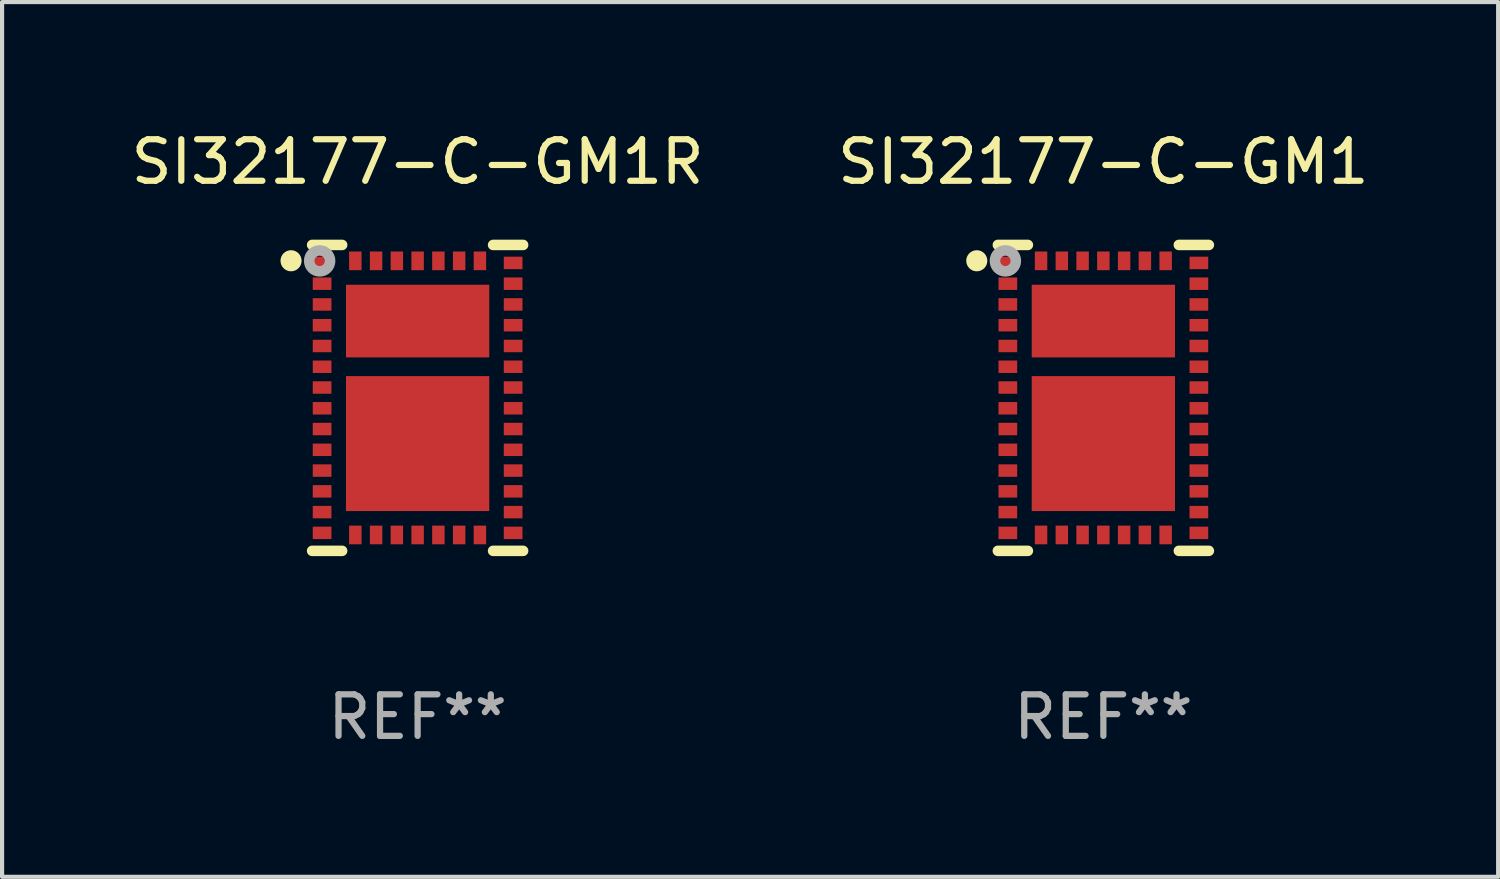
<source format=kicad_pcb>
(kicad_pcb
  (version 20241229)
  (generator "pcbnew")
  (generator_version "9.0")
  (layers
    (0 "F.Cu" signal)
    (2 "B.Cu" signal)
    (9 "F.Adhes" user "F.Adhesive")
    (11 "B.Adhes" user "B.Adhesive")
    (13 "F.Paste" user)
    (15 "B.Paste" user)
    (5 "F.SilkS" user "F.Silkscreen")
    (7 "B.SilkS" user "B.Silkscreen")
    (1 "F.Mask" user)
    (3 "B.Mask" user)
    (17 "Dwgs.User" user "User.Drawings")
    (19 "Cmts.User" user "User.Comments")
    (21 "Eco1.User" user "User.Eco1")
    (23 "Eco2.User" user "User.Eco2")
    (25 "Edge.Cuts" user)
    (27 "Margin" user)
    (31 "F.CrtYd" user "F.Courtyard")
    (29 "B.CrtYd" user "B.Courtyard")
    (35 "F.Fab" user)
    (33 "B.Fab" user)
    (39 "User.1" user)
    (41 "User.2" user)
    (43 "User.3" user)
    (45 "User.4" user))
  (footprint "SI32177-C-GM1"
    (layer "F.Cu")
    (at 23.518 6.531)
    (property "Reference" "SI32177-C-GM1" (at 0 -5.683 0) (layer "F.SilkS") (effects (font (size 1 1) (thickness 0.15))))
    (attr through_hole)
    (fp_line (start -1.818 -3.683) (end -2.54 -3.683) (stroke (width 0.254) (type solid)) (layer "F.SilkS"))
    (fp_line (start -1.818 3.683) (end -2.54 3.683) (stroke (width 0.254) (type solid)) (layer "F.SilkS"))
    (fp_line (start 1.818 -3.683) (end 2.54 -3.683) (stroke (width 0.254) (type solid)) (layer "F.SilkS"))
    (fp_line (start 1.818 3.683) (end 2.54 3.683) (stroke (width 0.254) (type solid)) (layer "F.SilkS"))
    (fp_circle (center -3.048 -3.302) (end -2.921 -3.302) (stroke (width 0.254) (type solid)) (fill no) (layer "F.SilkS"))
    (fp_circle (center -2.5 -3.5) (end -2.47 -3.5) (stroke (width 0.06) (type solid)) (fill no) (layer "F.SilkS"))
    (fp_circle (center -2.359 -3.299) (end -2.234 -3.299) (stroke (width 0.254) (type solid)) (fill no) (layer "F.Fab"))
    (fp_text user "REF**" (at 0 7.683 0) (layer "F.Fab") (effects (font (size 1 1) (thickness 0.15))))
    (pad "1" smd rect (at -2.3 -3.25) (size 0.45 0.3) (layers "F.Cu" "F.Mask" "F.Paste"))
    (pad "2" smd rect (at -2.3 -2.75) (size 0.45 0.3) (layers "F.Cu" "F.Mask" "F.Paste"))
    (pad "3" smd rect (at -2.3 -2.25) (size 0.45 0.3) (layers "F.Cu" "F.Mask" "F.Paste"))
    (pad "4" smd rect (at -2.3 -1.75) (size 0.45 0.3) (layers "F.Cu" "F.Mask" "F.Paste"))
    (pad "5" smd rect (at -2.3 -1.25) (size 0.45 0.3) (layers "F.Cu" "F.Mask" "F.Paste"))
    (pad "6" smd rect (at -2.3 -0.75) (size 0.45 0.3) (layers "F.Cu" "F.Mask" "F.Paste"))
    (pad "7" smd rect (at -2.3 -0.25) (size 0.45 0.3) (layers "F.Cu" "F.Mask" "F.Paste"))
    (pad "8" smd rect (at -2.3 0.25) (size 0.45 0.3) (layers "F.Cu" "F.Mask" "F.Paste"))
    (pad "9" smd rect (at -2.3 0.75) (size 0.45 0.3) (layers "F.Cu" "F.Mask" "F.Paste"))
    (pad "10" smd rect (at -2.3 1.25) (size 0.45 0.3) (layers "F.Cu" "F.Mask" "F.Paste"))
    (pad "11" smd rect (at -2.3 1.75) (size 0.45 0.3) (layers "F.Cu" "F.Mask" "F.Paste"))
    (pad "12" smd rect (at -2.3 2.25) (size 0.45 0.3) (layers "F.Cu" "F.Mask" "F.Paste"))
    (pad "13" smd rect (at -2.3 2.75) (size 0.45 0.3) (layers "F.Cu" "F.Mask" "F.Paste"))
    (pad "14" smd rect (at -2.3 3.25) (size 0.45 0.3) (layers "F.Cu" "F.Mask" "F.Paste"))
    (pad "15" smd rect (at -1.5 3.3 90) (size 0.45 0.3) (layers "F.Cu" "F.Mask" "F.Paste"))
    (pad "16" smd rect (at -1 3.3 90) (size 0.45 0.3) (layers "F.Cu" "F.Mask" "F.Paste"))
    (pad "17" smd rect (at -0.5 3.3 90) (size 0.45 0.3) (layers "F.Cu" "F.Mask" "F.Paste"))
    (pad "18" smd rect (at 0 3.3 90) (size 0.45 0.3) (layers "F.Cu" "F.Mask" "F.Paste"))
    (pad "19" smd rect (at 0.5 3.3 90) (size 0.45 0.3) (layers "F.Cu" "F.Mask" "F.Paste"))
    (pad "20" smd rect (at 1 3.3 90) (size 0.45 0.3) (layers "F.Cu" "F.Mask" "F.Paste"))
    (pad "21" smd rect (at 1.5 3.3 90) (size 0.45 0.3) (layers "F.Cu" "F.Mask" "F.Paste"))
    (pad "22" smd rect (at 2.3 3.25 180) (size 0.45 0.3) (layers "F.Cu" "F.Mask" "F.Paste"))
    (pad "23" smd rect (at 2.3 2.75 180) (size 0.45 0.3) (layers "F.Cu" "F.Mask" "F.Paste"))
    (pad "24" smd rect (at 2.3 2.25 180) (size 0.45 0.3) (layers "F.Cu" "F.Mask" "F.Paste"))
    (pad "25" smd rect (at 2.3 1.75 180) (size 0.45 0.3) (layers "F.Cu" "F.Mask" "F.Paste"))
    (pad "26" smd rect (at 2.3 1.25 180) (size 0.45 0.3) (layers "F.Cu" "F.Mask" "F.Paste"))
    (pad "27" smd rect (at 2.3 0.75 180) (size 0.45 0.3) (layers "F.Cu" "F.Mask" "F.Paste"))
    (pad "28" smd rect (at 2.3 0.25 180) (size 0.45 0.3) (layers "F.Cu" "F.Mask" "F.Paste"))
    (pad "29" smd rect (at 2.3 -0.25 180) (size 0.45 0.3) (layers "F.Cu" "F.Mask" "F.Paste"))
    (pad "30" smd rect (at 2.3 -0.75 180) (size 0.45 0.3) (layers "F.Cu" "F.Mask" "F.Paste"))
    (pad "31" smd rect (at 2.3 -1.25 180) (size 0.45 0.3) (layers "F.Cu" "F.Mask" "F.Paste"))
    (pad "32" smd rect (at 2.3 -1.75 180) (size 0.45 0.3) (layers "F.Cu" "F.Mask" "F.Paste"))
    (pad "33" smd rect (at 2.3 -2.25 180) (size 0.45 0.3) (layers "F.Cu" "F.Mask" "F.Paste"))
    (pad "34" smd rect (at 2.3 -2.75 180) (size 0.45 0.3) (layers "F.Cu" "F.Mask" "F.Paste"))
    (pad "35" smd rect (at 2.3 -3.25 180) (size 0.45 0.3) (layers "F.Cu" "F.Mask" "F.Paste"))
    (pad "36" smd rect (at 1.5 -3.3 270) (size 0.45 0.3) (layers "F.Cu" "F.Mask" "F.Paste"))
    (pad "37" smd rect (at 1 -3.3 270) (size 0.45 0.3) (layers "F.Cu" "F.Mask" "F.Paste"))
    (pad "38" smd rect (at 0.5 -3.3 270) (size 0.45 0.3) (layers "F.Cu" "F.Mask" "F.Paste"))
    (pad "39" smd rect (at 0 -3.3 270) (size 0.45 0.3) (layers "F.Cu" "F.Mask" "F.Paste"))
    (pad "40" smd rect (at -0.5 -3.3 270) (size 0.45 0.3) (layers "F.Cu" "F.Mask" "F.Paste"))
    (pad "41" smd rect (at -1 -3.3 270) (size 0.45 0.3) (layers "F.Cu" "F.Mask" "F.Paste"))
    (pad "42" smd rect (at -1.5 -3.3 270) (size 0.45 0.3) (layers "F.Cu" "F.Mask" "F.Paste"))
    (pad "43" smd rect (at 0 1.1 270) (size 3.25 3.45) (layers "F.Cu" "F.Mask" "F.Paste"))
    (pad "44" smd rect (at 0 -1.85 270) (size 1.75 3.45) (layers "F.Cu" "F.Mask" "F.Paste")))
  (footprint "SI32177-C-GM1R"
    (layer "F.Cu")
    (at 7.006 6.531)
    (property "Reference" "SI32177-C-GM1R" (at 0 -5.683 0) (layer "F.SilkS") (effects (font (size 1 1) (thickness 0.15))))
    (attr through_hole)
    (fp_line (start -1.818 -3.683) (end -2.54 -3.683) (stroke (width 0.254) (type solid)) (layer "F.SilkS"))
    (fp_line (start -1.818 3.683) (end -2.54 3.683) (stroke (width 0.254) (type solid)) (layer "F.SilkS"))
    (fp_line (start 1.818 -3.683) (end 2.54 -3.683) (stroke (width 0.254) (type solid)) (layer "F.SilkS"))
    (fp_line (start 1.818 3.683) (end 2.54 3.683) (stroke (width 0.254) (type solid)) (layer "F.SilkS"))
    (fp_circle (center -3.048 -3.302) (end -2.921 -3.302) (stroke (width 0.254) (type solid)) (fill no) (layer "F.SilkS"))
    (fp_circle (center -2.5 -3.5) (end -2.47 -3.5) (stroke (width 0.06) (type solid)) (fill no) (layer "F.SilkS"))
    (fp_circle (center -2.359 -3.299) (end -2.234 -3.299) (stroke (width 0.254) (type solid)) (fill no) (layer "F.Fab"))
    (fp_text user "REF**" (at 0 7.683 0) (layer "F.Fab") (effects (font (size 1 1) (thickness 0.15))))
    (pad "1" smd rect (at -2.3 -3.25) (size 0.45 0.3) (layers "F.Cu" "F.Mask" "F.Paste"))
    (pad "2" smd rect (at -2.3 -2.75) (size 0.45 0.3) (layers "F.Cu" "F.Mask" "F.Paste"))
    (pad "3" smd rect (at -2.3 -2.25) (size 0.45 0.3) (layers "F.Cu" "F.Mask" "F.Paste"))
    (pad "4" smd rect (at -2.3 -1.75) (size 0.45 0.3) (layers "F.Cu" "F.Mask" "F.Paste"))
    (pad "5" smd rect (at -2.3 -1.25) (size 0.45 0.3) (layers "F.Cu" "F.Mask" "F.Paste"))
    (pad "6" smd rect (at -2.3 -0.75) (size 0.45 0.3) (layers "F.Cu" "F.Mask" "F.Paste"))
    (pad "7" smd rect (at -2.3 -0.25) (size 0.45 0.3) (layers "F.Cu" "F.Mask" "F.Paste"))
    (pad "8" smd rect (at -2.3 0.25) (size 0.45 0.3) (layers "F.Cu" "F.Mask" "F.Paste"))
    (pad "9" smd rect (at -2.3 0.75) (size 0.45 0.3) (layers "F.Cu" "F.Mask" "F.Paste"))
    (pad "10" smd rect (at -2.3 1.25) (size 0.45 0.3) (layers "F.Cu" "F.Mask" "F.Paste"))
    (pad "11" smd rect (at -2.3 1.75) (size 0.45 0.3) (layers "F.Cu" "F.Mask" "F.Paste"))
    (pad "12" smd rect (at -2.3 2.25) (size 0.45 0.3) (layers "F.Cu" "F.Mask" "F.Paste"))
    (pad "13" smd rect (at -2.3 2.75) (size 0.45 0.3) (layers "F.Cu" "F.Mask" "F.Paste"))
    (pad "14" smd rect (at -2.3 3.25) (size 0.45 0.3) (layers "F.Cu" "F.Mask" "F.Paste"))
    (pad "15" smd rect (at -1.5 3.3 90) (size 0.45 0.3) (layers "F.Cu" "F.Mask" "F.Paste"))
    (pad "16" smd rect (at -1 3.3 90) (size 0.45 0.3) (layers "F.Cu" "F.Mask" "F.Paste"))
    (pad "17" smd rect (at -0.5 3.3 90) (size 0.45 0.3) (layers "F.Cu" "F.Mask" "F.Paste"))
    (pad "18" smd rect (at 0 3.3 90) (size 0.45 0.3) (layers "F.Cu" "F.Mask" "F.Paste"))
    (pad "19" smd rect (at 0.5 3.3 90) (size 0.45 0.3) (layers "F.Cu" "F.Mask" "F.Paste"))
    (pad "20" smd rect (at 1 3.3 90) (size 0.45 0.3) (layers "F.Cu" "F.Mask" "F.Paste"))
    (pad "21" smd rect (at 1.5 3.3 90) (size 0.45 0.3) (layers "F.Cu" "F.Mask" "F.Paste"))
    (pad "22" smd rect (at 2.3 3.25 180) (size 0.45 0.3) (layers "F.Cu" "F.Mask" "F.Paste"))
    (pad "23" smd rect (at 2.3 2.75 180) (size 0.45 0.3) (layers "F.Cu" "F.Mask" "F.Paste"))
    (pad "24" smd rect (at 2.3 2.25 180) (size 0.45 0.3) (layers "F.Cu" "F.Mask" "F.Paste"))
    (pad "25" smd rect (at 2.3 1.75 180) (size 0.45 0.3) (layers "F.Cu" "F.Mask" "F.Paste"))
    (pad "26" smd rect (at 2.3 1.25 180) (size 0.45 0.3) (layers "F.Cu" "F.Mask" "F.Paste"))
    (pad "27" smd rect (at 2.3 0.75 180) (size 0.45 0.3) (layers "F.Cu" "F.Mask" "F.Paste"))
    (pad "28" smd rect (at 2.3 0.25 180) (size 0.45 0.3) (layers "F.Cu" "F.Mask" "F.Paste"))
    (pad "29" smd rect (at 2.3 -0.25 180) (size 0.45 0.3) (layers "F.Cu" "F.Mask" "F.Paste"))
    (pad "30" smd rect (at 2.3 -0.75 180) (size 0.45 0.3) (layers "F.Cu" "F.Mask" "F.Paste"))
    (pad "31" smd rect (at 2.3 -1.25 180) (size 0.45 0.3) (layers "F.Cu" "F.Mask" "F.Paste"))
    (pad "32" smd rect (at 2.3 -1.75 180) (size 0.45 0.3) (layers "F.Cu" "F.Mask" "F.Paste"))
    (pad "33" smd rect (at 2.3 -2.25 180) (size 0.45 0.3) (layers "F.Cu" "F.Mask" "F.Paste"))
    (pad "34" smd rect (at 2.3 -2.75 180) (size 0.45 0.3) (layers "F.Cu" "F.Mask" "F.Paste"))
    (pad "35" smd rect (at 2.3 -3.25 180) (size 0.45 0.3) (layers "F.Cu" "F.Mask" "F.Paste"))
    (pad "36" smd rect (at 1.5 -3.3 270) (size 0.45 0.3) (layers "F.Cu" "F.Mask" "F.Paste"))
    (pad "37" smd rect (at 1 -3.3 270) (size 0.45 0.3) (layers "F.Cu" "F.Mask" "F.Paste"))
    (pad "38" smd rect (at 0.5 -3.3 270) (size 0.45 0.3) (layers "F.Cu" "F.Mask" "F.Paste"))
    (pad "39" smd rect (at 0 -3.3 270) (size 0.45 0.3) (layers "F.Cu" "F.Mask" "F.Paste"))
    (pad "40" smd rect (at -0.5 -3.3 270) (size 0.45 0.3) (layers "F.Cu" "F.Mask" "F.Paste"))
    (pad "41" smd rect (at -1 -3.3 270) (size 0.45 0.3) (layers "F.Cu" "F.Mask" "F.Paste"))
    (pad "42" smd rect (at -1.5 -3.3 270) (size 0.45 0.3) (layers "F.Cu" "F.Mask" "F.Paste"))
    (pad "43" smd rect (at 0 1.1 270) (size 3.25 3.45) (layers "F.Cu" "F.Mask" "F.Paste"))
    (pad "44" smd rect (at 0 -1.85 270) (size 1.75 3.45) (layers "F.Cu" "F.Mask" "F.Paste")))
  (gr_rect
    (start -3 -3)
    (end 33.024 18.063)
    (stroke (width 0.1) (type default))
    (fill no)
    (layer "Edge.Cuts")))
</source>
